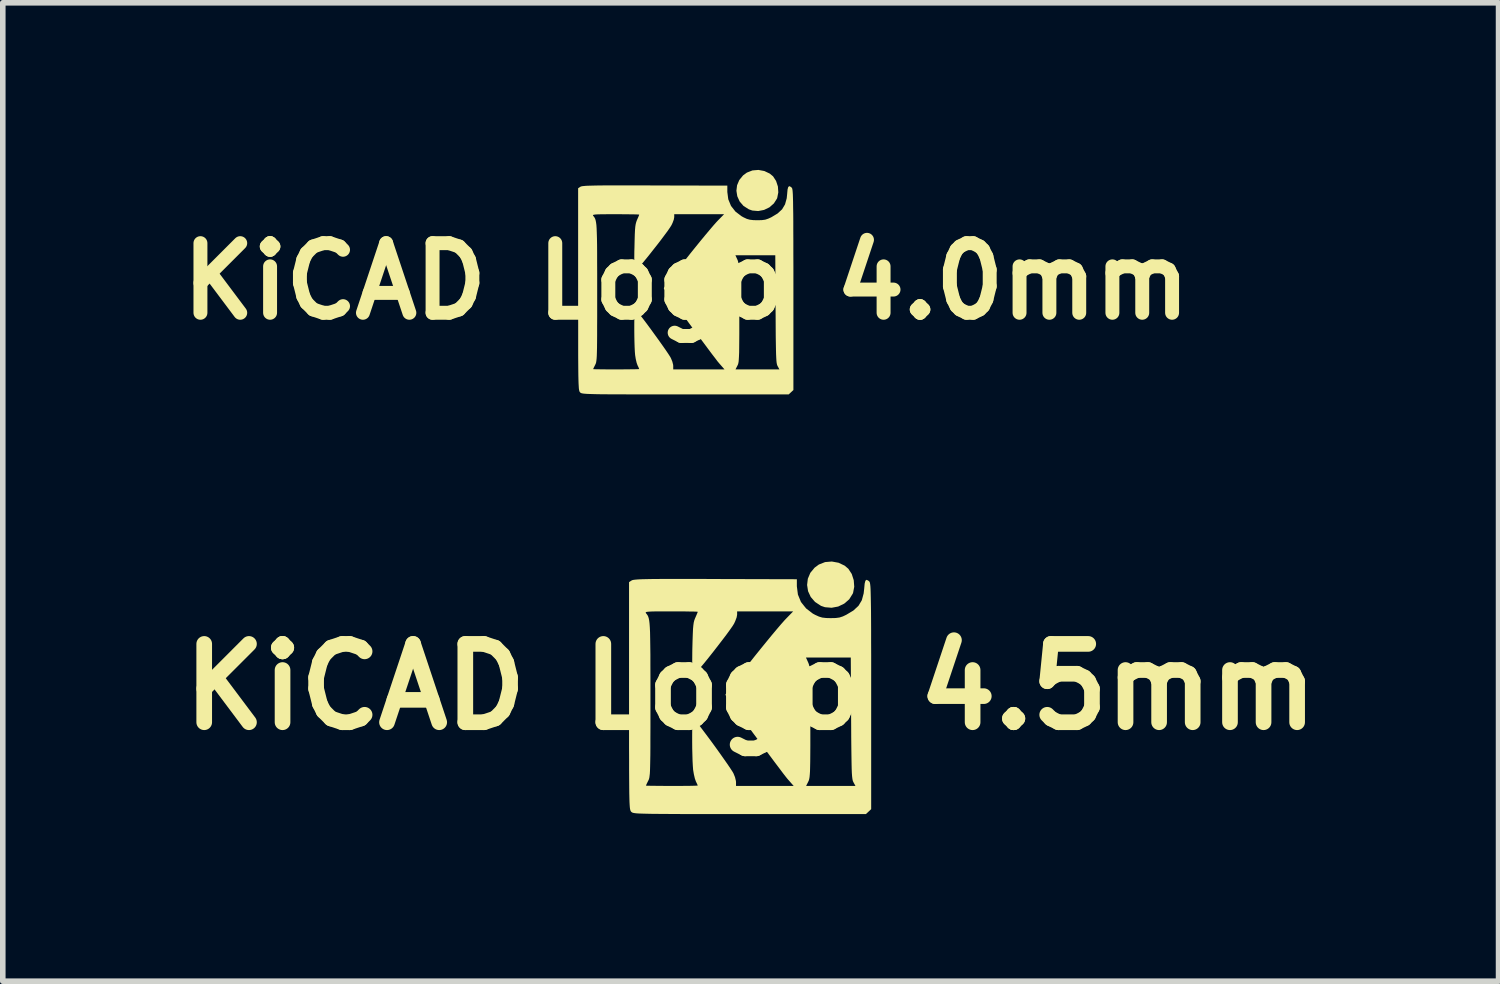
<source format=kicad_pcb>
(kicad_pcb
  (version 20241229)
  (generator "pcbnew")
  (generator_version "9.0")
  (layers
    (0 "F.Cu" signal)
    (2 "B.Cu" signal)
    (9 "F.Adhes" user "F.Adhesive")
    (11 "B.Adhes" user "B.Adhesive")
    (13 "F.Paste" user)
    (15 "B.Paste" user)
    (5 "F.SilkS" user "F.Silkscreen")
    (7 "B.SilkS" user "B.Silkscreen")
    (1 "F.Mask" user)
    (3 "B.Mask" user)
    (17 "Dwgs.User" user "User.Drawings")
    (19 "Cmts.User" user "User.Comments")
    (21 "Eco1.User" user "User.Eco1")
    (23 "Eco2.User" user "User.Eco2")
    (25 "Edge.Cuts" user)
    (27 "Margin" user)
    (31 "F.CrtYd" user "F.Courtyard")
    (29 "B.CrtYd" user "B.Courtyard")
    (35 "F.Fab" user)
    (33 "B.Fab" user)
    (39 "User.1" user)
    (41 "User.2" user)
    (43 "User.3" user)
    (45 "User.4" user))
  (footprint "KiCAD Logo 4.5mm"
    (layer "F.Cu")
    (at 10.424 9.278)
    (property "Reference" "KiCAD Logo 4.5mm" (at 0 0 180) (layer "F.SilkS") (effects (font (size 1.406 1.406) (thickness 0.281))))
    (attr board_only exclude_from_pos_files exclude_from_bom)
    (fp_poly (pts (xy 1.578 -2.227) (xy 1.687 -2.175) (xy 1.753 -2.119) (xy 1.814 -2.026) (xy 1.85 -1.914) (xy 1.859 -1.796) (xy 1.838 -1.686) (xy 1.832 -1.672) (xy 1.769 -1.571) (xy 1.679 -1.493) (xy 1.571 -1.441) (xy 1.453 -1.419) (xy 1.334 -1.429) (xy 1.263 -1.453) (xy 1.156 -1.523) (xy 1.078 -1.613) (xy 1.03 -1.717) (xy 1.013 -1.828) (xy 1.026 -1.94) (xy 1.071 -2.046) (xy 1.147 -2.138) (xy 1.224 -2.195) (xy 1.336 -2.239) (xy 1.457 -2.249)) (stroke (width 0) (type solid)) (fill yes) (layer "F.SilkS"))
    (fp_poly (pts (xy -1.058 -1.936) (xy -0.798 -1.936) (xy -0.631 -1.935) (xy 0.829 -1.931) (xy 0.829 -1.804) (xy 0.848 -1.656) (xy 0.903 -1.522) (xy 0.994 -1.408) (xy 1.116 -1.314) (xy 1.157 -1.292) (xy 1.225 -1.261) (xy 1.285 -1.243) (xy 1.355 -1.235) (xy 1.435 -1.233) (xy 1.526 -1.235) (xy 1.594 -1.244) (xy 1.655 -1.264) (xy 1.716 -1.293) (xy 1.843 -1.369) (xy 1.935 -1.454) (xy 1.995 -1.554) (xy 2.028 -1.676) (xy 2.038 -1.764) (xy 2.046 -1.852) (xy 2.059 -1.904) (xy 2.08 -1.921) (xy 2.11 -1.907) (xy 2.131 -1.889) (xy 2.136 -1.88) (xy 2.141 -1.865) (xy 2.145 -1.84) (xy 2.149 -1.804) (xy 2.152 -1.754) (xy 2.154 -1.687) (xy 2.156 -1.602) (xy 2.158 -1.496) (xy 2.16 -1.367) (xy 2.161 -1.212) (xy 2.162 -1.029) (xy 2.162 -0.816) (xy 2.163 -0.571) (xy 2.163 -0.291) (xy 2.163 0.027) (xy 2.163 0.17) (xy 2.163 2.196) (xy 2.116 2.24) (xy 2.069 2.284) (xy -0.016 2.284) (xy -0.352 2.284) (xy -0.65 2.284) (xy -0.912 2.284) (xy -1.141 2.284) (xy -1.339 2.283) (xy -1.507 2.282) (xy -1.65 2.281) (xy -1.769 2.28) (xy -1.865 2.278) (xy -1.943 2.276) (xy -2.003 2.274) (xy -2.049 2.271) (xy -2.083 2.267) (xy -2.106 2.263) (xy -2.122 2.258) (xy -2.133 2.252) (xy -2.14 2.246) (xy -2.143 2.244) (xy -2.149 2.237) (xy -2.155 2.227) (xy -2.16 2.213) (xy -2.165 2.193) (xy -2.169 2.163) (xy -2.172 2.121) (xy -2.175 2.066) (xy -2.177 1.994) (xy -2.179 1.903) (xy -2.18 1.792) (xy -2.181 1.657) (xy -2.182 1.496) (xy -2.182 1.307) (xy -2.183 1.087) (xy -2.183 0.835) (xy -2.183 0.547) (xy -2.183 0.222) (xy -2.183 0.162) (xy -2.183 -1.33) (xy -1.884 -1.33) (xy -1.877 -1.319) (xy -1.862 -1.3) (xy -1.849 -1.281) (xy -1.838 -1.257) (xy -1.829 -1.227) (xy -1.821 -1.187) (xy -1.815 -1.135) (xy -1.81 -1.066) (xy -1.806 -0.979) (xy -1.804 -0.871) (xy -1.802 -0.738) (xy -1.8 -0.578) (xy -1.8 -0.387) (xy -1.799 -0.163) (xy -1.799 0.097) (xy -1.799 0.219) (xy -1.799 0.49) (xy -1.799 0.723) (xy -1.8 0.923) (xy -1.8 1.09) (xy -1.801 1.229) (xy -1.803 1.343) (xy -1.805 1.434) (xy -1.807 1.505) (xy -1.81 1.56) (xy -1.815 1.601) (xy -1.819 1.631) (xy -1.825 1.654) (xy -1.832 1.673) (xy -1.84 1.688) (xy -1.864 1.737) (xy -1.878 1.768) (xy -1.88 1.773) (xy -1.861 1.775) (xy -1.807 1.776) (xy -1.723 1.777) (xy -1.617 1.778) (xy -1.492 1.779) (xy -1.415 1.779) (xy -1.283 1.779) (xy -1.165 1.778) (xy -1.068 1.777) (xy -0.996 1.775) (xy -0.957 1.773) (xy -0.95 1.772) (xy -0.958 1.751) (xy -0.978 1.709) (xy -0.983 1.699) (xy -1.002 1.645) (xy -1.02 1.567) (xy -1.033 1.489) (xy -1.038 1.422) (xy -1.043 1.331) (xy -1.046 1.223) (xy -1.049 1.104) (xy -1.05 0.982) (xy -1.05 0.864) (xy -1.049 0.756) (xy -1.046 0.665) (xy -1.043 0.598) (xy -1.038 0.563) (xy -1.036 0.559) (xy -1.02 0.572) (xy -0.985 0.613) (xy -0.934 0.678) (xy -0.87 0.762) (xy -0.797 0.859) (xy -0.718 0.965) (xy -0.637 1.076) (xy -0.558 1.186) (xy -0.484 1.291) (xy -0.418 1.385) (xy -0.364 1.465) (xy -0.325 1.525) (xy -0.309 1.553) (xy -0.281 1.622) (xy -0.265 1.689) (xy -0.263 1.712) (xy -0.263 1.779) (xy 0.254 1.779) (xy 0.772 1.779) (xy 0.661 1.653) (xy 0.632 1.617) (xy 0.583 1.554) (xy 0.517 1.466) (xy 0.436 1.359) (xy 0.345 1.237) (xy 0.246 1.104) (xy 0.143 0.964) (xy 0.038 0.823) (xy -0.064 0.683) (xy -0.162 0.551) (xy -0.25 0.429) (xy -0.327 0.323) (xy -0.389 0.237) (xy -0.433 0.175) (xy -0.453 0.144) (xy -0.444 0.124) (xy -0.412 0.077) (xy -0.361 0.006) (xy -0.293 -0.084) (xy -0.212 -0.189) (xy -0.12 -0.307) (xy -0.021 -0.431) (xy 0.054 -0.526) (xy 0.992 -0.526) (xy 1.031 -0.44) (xy 1.04 -0.418) (xy 1.048 -0.394) (xy 1.054 -0.364) (xy 1.059 -0.323) (xy 1.063 -0.269) (xy 1.066 -0.198) (xy 1.068 -0.106) (xy 1.069 0.011) (xy 1.07 0.155) (xy 1.071 0.332) (xy 1.071 0.544) (xy 1.071 0.638) (xy 1.071 0.864) (xy 1.071 1.054) (xy 1.07 1.211) (xy 1.069 1.338) (xy 1.067 1.438) (xy 1.065 1.517) (xy 1.061 1.576) (xy 1.057 1.62) (xy 1.051 1.653) (xy 1.045 1.677) (xy 1.036 1.697) (xy 1.033 1.704) (xy 0.995 1.779) (xy 1.438 1.779) (xy 1.881 1.779) (xy 1.845 1.713) (xy 1.837 1.696) (xy 1.83 1.674) (xy 1.825 1.644) (xy 1.82 1.602) (xy 1.816 1.545) (xy 1.813 1.469) (xy 1.811 1.372) (xy 1.809 1.25) (xy 1.807 1.099) (xy 1.805 0.916) (xy 1.804 0.699) (xy 1.803 0.561) (xy 1.797 -0.526) (xy 1.395 -0.526) (xy 0.992 -0.526) (xy 0.054 -0.526) (xy 0.081 -0.56) (xy 0.185 -0.689) (xy 0.286 -0.813) (xy 0.382 -0.93) (xy 0.469 -1.034) (xy 0.545 -1.123) (xy 0.607 -1.193) (xy 0.639 -1.227) (xy 0.763 -1.354) (xy 0.26 -1.354) (xy -0.243 -1.354) (xy -0.243 -1.296) (xy -0.252 -1.246) (xy -0.277 -1.179) (xy -0.298 -1.134) (xy -0.326 -1.089) (xy -0.373 -1.022) (xy -0.434 -0.938) (xy -0.507 -0.842) (xy -0.587 -0.738) (xy -0.67 -0.631) (xy -0.753 -0.526) (xy -0.832 -0.428) (xy -0.904 -0.342) (xy -0.964 -0.272) (xy -1.009 -0.222) (xy -1.035 -0.199) (xy -1.039 -0.197) (xy -1.044 -0.22) (xy -1.047 -0.277) (xy -1.049 -0.365) (xy -1.049 -0.476) (xy -1.048 -0.606) (xy -1.047 -0.676) (xy -1.043 -0.828) (xy -1.039 -0.946) (xy -1.035 -1.036) (xy -1.029 -1.103) (xy -1.022 -1.153) (xy -1.012 -1.193) (xy -0.999 -1.228) (xy -0.993 -1.241) (xy -0.969 -1.297) (xy -0.953 -1.336) (xy -0.95 -1.347) (xy -0.969 -1.349) (xy -1.024 -1.351) (xy -1.107 -1.352) (xy -1.214 -1.354) (xy -1.34 -1.354) (xy -1.428 -1.354) (xy -1.579 -1.354) (xy -1.694 -1.354) (xy -1.777 -1.352) (xy -1.833 -1.349) (xy -1.867 -1.345) (xy -1.882 -1.339) (xy -1.884 -1.33) (xy -2.183 -1.33) (xy -2.183 -1.879) (xy -2.137 -1.909) (xy -2.124 -1.915) (xy -2.102 -1.92) (xy -2.069 -1.924) (xy -2.021 -1.928) (xy -1.956 -1.931) (xy -1.872 -1.933) (xy -1.765 -1.935) (xy -1.633 -1.936) (xy -1.473 -1.936) (xy -1.282 -1.936)) (stroke (width 0) (type solid)) (fill yes) (layer "F.SilkS")))
  (footprint "KiCAD Logo 4.0mm"
    (layer "F.Cu")
    (at 9.268 1.999)
    (property "Reference" "KiCAD Logo 4.0mm" (at 0 0 180) (layer "F.SilkS") (effects (font (size 1.25 1.25) (thickness 0.25))))
    (attr board_only exclude_from_pos_files exclude_from_bom)
    (fp_poly (pts (xy 1.402 -1.979) (xy 1.499 -1.933) (xy 1.558 -1.884) (xy 1.612 -1.801) (xy 1.645 -1.701) (xy 1.652 -1.596) (xy 1.633 -1.499) (xy 1.629 -1.486) (xy 1.572 -1.397) (xy 1.492 -1.327) (xy 1.396 -1.281) (xy 1.291 -1.261) (xy 1.186 -1.27) (xy 1.123 -1.292) (xy 1.027 -1.353) (xy 0.958 -1.433) (xy 0.916 -1.526) (xy 0.9 -1.625) (xy 0.912 -1.724) (xy 0.952 -1.818) (xy 1.02 -1.901) (xy 1.088 -1.951) (xy 1.188 -1.99) (xy 1.295 -1.999)) (stroke (width 0) (type solid)) (fill yes) (layer "F.SilkS"))
    (fp_poly (pts (xy -0.94 -1.721) (xy -0.709 -1.721) (xy -0.561 -1.72) (xy 0.737 -1.717) (xy 0.737 -1.603) (xy 0.754 -1.472) (xy 0.803 -1.353) (xy 0.883 -1.251) (xy 0.992 -1.168) (xy 1.028 -1.148) (xy 1.088 -1.12) (xy 1.142 -1.105) (xy 1.204 -1.098) (xy 1.276 -1.096) (xy 1.357 -1.098) (xy 1.417 -1.106) (xy 1.471 -1.124) (xy 1.526 -1.149) (xy 1.639 -1.217) (xy 1.72 -1.292) (xy 1.773 -1.381) (xy 1.803 -1.49) (xy 1.811 -1.568) (xy 1.818 -1.647) (xy 1.83 -1.692) (xy 1.849 -1.708) (xy 1.876 -1.695) (xy 1.894 -1.679) (xy 1.899 -1.671) (xy 1.903 -1.658) (xy 1.907 -1.636) (xy 1.91 -1.604) (xy 1.913 -1.559) (xy 1.915 -1.5) (xy 1.917 -1.424) (xy 1.918 -1.33) (xy 1.92 -1.215) (xy 1.921 -1.077) (xy 1.921 -0.915) (xy 1.922 -0.726) (xy 1.922 -0.507) (xy 1.923 -0.258) (xy 1.923 0.024) (xy 1.923 0.151) (xy 1.923 1.952) (xy 1.881 1.991) (xy 1.839 2.03) (xy -0.015 2.03) (xy -0.313 2.03) (xy -0.578 2.03) (xy -0.811 2.03) (xy -1.014 2.03) (xy -1.19 2.029) (xy -1.34 2.029) (xy -1.467 2.028) (xy -1.572 2.027) (xy -1.658 2.025) (xy -1.727 2.023) (xy -1.781 2.021) (xy -1.821 2.018) (xy -1.851 2.015) (xy -1.872 2.011) (xy -1.886 2.007) (xy -1.896 2.002) (xy -1.902 1.997) (xy -1.905 1.994) (xy -1.91 1.988) (xy -1.916 1.98) (xy -1.92 1.967) (xy -1.924 1.949) (xy -1.928 1.922) (xy -1.93 1.886) (xy -1.933 1.836) (xy -1.935 1.772) (xy -1.937 1.692) (xy -1.938 1.593) (xy -1.939 1.473) (xy -1.94 1.33) (xy -1.94 1.162) (xy -1.94 0.967) (xy -1.94 0.742) (xy -1.941 0.486) (xy -1.941 0.197) (xy -1.941 0.144) (xy -1.941 -1.182) (xy -1.675 -1.182) (xy -1.668 -1.172) (xy -1.655 -1.156) (xy -1.644 -1.139) (xy -1.634 -1.118) (xy -1.626 -1.091) (xy -1.619 -1.055) (xy -1.613 -1.009) (xy -1.609 -0.948) (xy -1.606 -0.871) (xy -1.603 -0.774) (xy -1.601 -0.656) (xy -1.6 -0.513) (xy -1.6 -0.344) (xy -1.599 -0.145) (xy -1.599 0.087) (xy -1.599 0.195) (xy -1.599 0.436) (xy -1.599 0.643) (xy -1.6 0.82) (xy -1.6 0.969) (xy -1.601 1.093) (xy -1.602 1.193) (xy -1.604 1.274) (xy -1.606 1.338) (xy -1.609 1.386) (xy -1.613 1.423) (xy -1.617 1.45) (xy -1.622 1.471) (xy -1.629 1.487) (xy -1.635 1.5) (xy -1.657 1.544) (xy -1.67 1.572) (xy -1.671 1.576) (xy -1.654 1.578) (xy -1.606 1.579) (xy -1.532 1.58) (xy -1.437 1.581) (xy -1.326 1.581) (xy -1.258 1.581) (xy -1.14 1.581) (xy -1.036 1.58) (xy -0.949 1.579) (xy -0.886 1.578) (xy -0.85 1.576) (xy -0.845 1.575) (xy -0.852 1.556) (xy -0.869 1.519) (xy -0.874 1.51) (xy -0.891 1.462) (xy -0.907 1.393) (xy -0.918 1.323) (xy -0.923 1.264) (xy -0.927 1.183) (xy -0.93 1.087) (xy -0.932 0.981) (xy -0.933 0.873) (xy -0.933 0.768) (xy -0.932 0.672) (xy -0.93 0.591) (xy -0.927 0.532) (xy -0.923 0.5) (xy -0.921 0.497) (xy -0.907 0.508) (xy -0.876 0.545) (xy -0.83 0.603) (xy -0.773 0.677) (xy -0.708 0.763) (xy -0.638 0.858) (xy -0.567 0.956) (xy -0.496 1.054) (xy -0.43 1.147) (xy -0.371 1.231) (xy -0.323 1.302) (xy -0.289 1.355) (xy -0.275 1.381) (xy -0.25 1.442) (xy -0.235 1.501) (xy -0.234 1.521) (xy -0.234 1.581) (xy 0.226 1.581) (xy 0.686 1.581) (xy 0.588 1.469) (xy 0.562 1.438) (xy 0.519 1.381) (xy 0.459 1.303) (xy 0.388 1.208) (xy 0.307 1.099) (xy 0.219 0.981) (xy 0.127 0.857) (xy 0.034 0.731) (xy -0.057 0.607) (xy -0.144 0.49) (xy -0.222 0.382) (xy -0.291 0.287) (xy -0.346 0.211) (xy -0.384 0.156) (xy -0.403 0.128) (xy -0.395 0.11) (xy -0.366 0.068) (xy -0.321 0.006) (xy -0.26 -0.074) (xy -0.188 -0.168) (xy -0.107 -0.272) (xy -0.019 -0.383) (xy 0.048 -0.467) (xy 0.882 -0.467) (xy 0.917 -0.391) (xy 0.925 -0.372) (xy 0.931 -0.35) (xy 0.937 -0.323) (xy 0.941 -0.287) (xy 0.945 -0.239) (xy 0.947 -0.176) (xy 0.949 -0.094) (xy 0.95 0.01) (xy 0.951 0.138) (xy 0.952 0.295) (xy 0.952 0.483) (xy 0.952 0.567) (xy 0.952 0.768) (xy 0.952 0.937) (xy 0.951 1.076) (xy 0.95 1.189) (xy 0.949 1.279) (xy 0.946 1.348) (xy 0.943 1.401) (xy 0.94 1.44) (xy 0.935 1.469) (xy 0.929 1.491) (xy 0.921 1.508) (xy 0.918 1.515) (xy 0.884 1.581) (xy 1.278 1.581) (xy 1.672 1.581) (xy 1.64 1.523) (xy 1.633 1.508) (xy 1.627 1.488) (xy 1.622 1.461) (xy 1.618 1.424) (xy 1.615 1.373) (xy 1.612 1.306) (xy 1.61 1.22) (xy 1.608 1.111) (xy 1.606 0.977) (xy 1.605 0.815) (xy 1.604 0.621) (xy 1.603 0.499) (xy 1.598 -0.467) (xy 1.24 -0.467) (xy 0.882 -0.467) (xy 0.048 -0.467) (xy 0.072 -0.498) (xy 0.164 -0.612) (xy 0.254 -0.723) (xy 0.339 -0.826) (xy 0.417 -0.919) (xy 0.485 -0.999) (xy 0.539 -1.06) (xy 0.568 -1.091) (xy 0.679 -1.204) (xy 0.231 -1.204) (xy -0.216 -1.204) (xy -0.216 -1.152) (xy -0.224 -1.107) (xy -0.246 -1.048) (xy -0.265 -1.008) (xy -0.29 -0.968) (xy -0.331 -0.908) (xy -0.386 -0.834) (xy -0.45 -0.748) (xy -0.521 -0.656) (xy -0.596 -0.561) (xy -0.669 -0.468) (xy -0.74 -0.381) (xy -0.803 -0.304) (xy -0.857 -0.241) (xy -0.897 -0.198) (xy -0.92 -0.176) (xy -0.923 -0.175) (xy -0.928 -0.195) (xy -0.931 -0.247) (xy -0.932 -0.324) (xy -0.933 -0.423) (xy -0.932 -0.539) (xy -0.93 -0.601) (xy -0.927 -0.736) (xy -0.924 -0.841) (xy -0.92 -0.921) (xy -0.915 -0.98) (xy -0.908 -1.025) (xy -0.899 -1.06) (xy -0.888 -1.092) (xy -0.883 -1.103) (xy -0.861 -1.153) (xy -0.847 -1.188) (xy -0.845 -1.197) (xy -0.862 -1.199) (xy -0.91 -1.201) (xy -0.984 -1.202) (xy -1.079 -1.203) (xy -1.191 -1.204) (xy -1.27 -1.204) (xy -1.404 -1.204) (xy -1.506 -1.203) (xy -1.58 -1.202) (xy -1.63 -1.199) (xy -1.659 -1.195) (xy -1.673 -1.19) (xy -1.675 -1.182) (xy -1.941 -1.182) (xy -1.941 -1.67) (xy -1.9 -1.697) (xy -1.888 -1.702) (xy -1.869 -1.707) (xy -1.839 -1.71) (xy -1.797 -1.714) (xy -1.739 -1.716) (xy -1.664 -1.718) (xy -1.569 -1.72) (xy -1.451 -1.721) (xy -1.309 -1.721) (xy -1.14 -1.721)) (stroke (width 0) (type solid)) (fill yes) (layer "F.SilkS")))
  (gr_rect
    (start -3 -3)
    (end 23.848 14.562)
    (stroke (width 0.1) (type default))
    (fill no)
    (layer "Edge.Cuts")))
</source>
